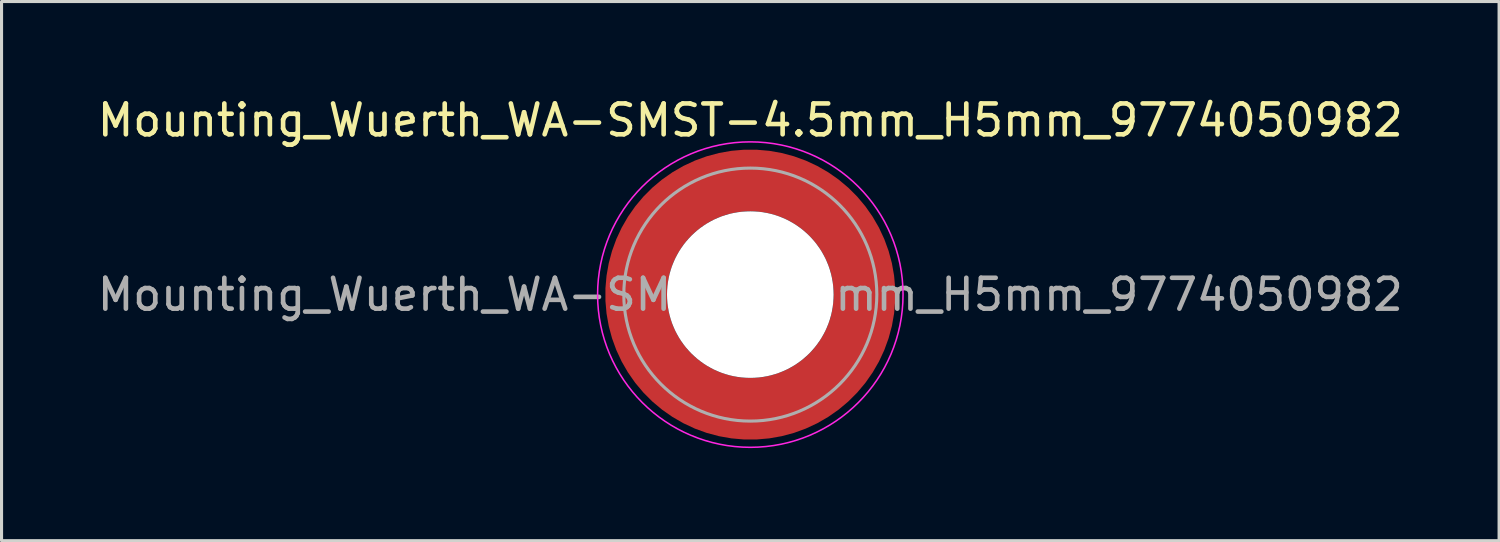
<source format=kicad_pcb>
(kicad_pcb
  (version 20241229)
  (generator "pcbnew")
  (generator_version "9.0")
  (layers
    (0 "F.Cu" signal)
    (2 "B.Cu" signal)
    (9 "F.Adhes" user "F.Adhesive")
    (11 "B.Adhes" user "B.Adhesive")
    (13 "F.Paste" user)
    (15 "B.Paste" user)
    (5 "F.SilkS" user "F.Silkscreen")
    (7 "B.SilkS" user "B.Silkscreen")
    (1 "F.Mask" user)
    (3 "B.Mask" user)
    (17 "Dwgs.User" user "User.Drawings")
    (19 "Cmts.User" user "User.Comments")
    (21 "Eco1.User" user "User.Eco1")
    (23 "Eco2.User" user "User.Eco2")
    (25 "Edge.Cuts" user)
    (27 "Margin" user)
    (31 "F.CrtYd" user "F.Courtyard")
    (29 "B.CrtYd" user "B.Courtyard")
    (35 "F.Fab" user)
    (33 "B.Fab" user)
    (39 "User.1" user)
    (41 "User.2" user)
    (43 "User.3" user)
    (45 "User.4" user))
  (footprint "Mounting_Wuerth_WA-SMST-4.5mm_H5mm_9774050982"
    (layer "F.Cu")
    (at 21.268 6.498)
    (property "Reference" "Mounting_Wuerth_WA-SMST-4.5mm_H5mm_9774050982" (at 0 -5.65 0) (layer "F.SilkS") (effects (font (size 1 1) (thickness 0.15))))
    (attr smd allow_soldermask_bridges)
    (fp_circle (center 0 0) (end 4.95 0) (stroke (width 0.05) (type solid)) (fill no) (layer "F.CrtYd"))
    (fp_circle (center 0 0) (end 4.1 0) (stroke (width 0.1) (type solid)) (fill no) (layer "F.Fab"))
    (fp_text user "${REFERENCE}" (at 0 0 0) (layer "F.Fab") (effects (font (size 1 1) (thickness 0.15))))
    (pad "" smd custom (at -2.607 -2.607) (size 0.948 0.948) (layers "F.Paste") (options (anchor circle)) (primitives (gr_arc (start -0.188183 2.107456) (mid 0.599273 0.599273) (end 2.107456 -0.188183) (width 0.2)) (gr_arc (start -0.289416 2.107456) (mid 0.52877 0.52877) (end 2.107456 -0.289416) (width 0.2)) (gr_arc (start -0.390547 2.107456) (mid 0.458268 0.458268) (end 2.107456 -0.390547) (width 0.2)) (gr_arc (start -0.491585 2.107456) (mid 0.387765 0.387765) (end 2.107456 -0.491585) (width 0.2)) (gr_arc (start -0.59254 2.107456) (mid 0.317262 0.317262) (end 2.107456 -0.59254) (width 0.2)) (gr_arc (start -0.693419 2.107456) (mid 0.246759 0.246759) (end 2.107456 -0.693419) (width 0.2)) (gr_arc (start -0.794229 2.107456) (mid 0.176257 0.176257) (end 2.107456 -0.794229) (width 0.2)) (gr_arc (start -0.894975 2.107456) (mid 0.105754 0.105754) (end 2.107456 -0.894975) (width 0.2)) (gr_arc (start -0.995664 2.107456) (mid 0.035251 0.035251) (end 2.107456 -0.995664) (width 0.2)) (gr_arc (start -1.0963 2.107456) (mid -0.035251 -0.035251) (end 2.107456 -1.0963) (width 0.2)) (gr_arc (start -1.196886 2.107456) (mid -0.105754 -0.105754) (end 2.107456 -1.196886) (width 0.2)) (gr_arc (start -1.297427 2.107456) (mid -0.176257 -0.176257) (end 2.107456 -1.297427) (width 0.2)) (gr_arc (start -1.397927 2.107456) (mid -0.246759 -0.246759) (end 2.107456 -1.397927) (width 0.2)) (gr_arc (start -1.498388 2.107456) (mid -0.317262 -0.317262) (end 2.107456 -1.498388) (width 0.2)) (gr_arc (start -1.598813 2.107456) (mid -0.387765 -0.387765) (end 2.107456 -1.598813) (width 0.2)) (gr_arc (start -1.699204 2.107456) (mid -0.458268 -0.458268) (end 2.107456 -1.699204) (width 0.2)) (gr_arc (start -1.799565 2.107456) (mid -0.52877 -0.52877) (end 2.107456 -1.799565) (width 0.2)) (gr_arc (start -1.899896 2.107456) (mid -0.599273 -0.599273) (end 2.107456 -1.899896) (width 0.2)) (gr_arc (start -1.899896 2.107456) (mid -0.599273 -0.599273) (end 2.107456 -1.899896) (width 0.2)) (gr_line (start 2.107 -0.188) (end 2.107 -1.9) (width 0.2)) (gr_line (start -0.188 2.107) (end -1.9 2.107) (width 0.2))))
    (pad "" smd custom (at -2.607 2.607) (size 0.948 0.948) (layers "F.Paste") (options (anchor circle)) (primitives (gr_arc (start 2.107456 0.188183) (mid 0.599273 -0.599273) (end -0.188183 -2.107456) (width 0.2)) (gr_arc (start 2.107456 0.289416) (mid 0.52877 -0.52877) (end -0.289416 -2.107456) (width 0.2)) (gr_arc (start 2.107456 0.390547) (mid 0.458268 -0.458268) (end -0.390547 -2.107456) (width 0.2)) (gr_arc (start 2.107456 0.491585) (mid 0.387765 -0.387765) (end -0.491585 -2.107456) (width 0.2)) (gr_arc (start 2.107456 0.59254) (mid 0.317262 -0.317262) (end -0.59254 -2.107456) (width 0.2)) (gr_arc (start 2.107456 0.693419) (mid 0.246759 -0.246759) (end -0.693419 -2.107456) (width 0.2)) (gr_arc (start 2.107456 0.794229) (mid 0.176257 -0.176257) (end -0.794229 -2.107456) (width 0.2)) (gr_arc (start 2.107456 0.894975) (mid 0.105754 -0.105754) (end -0.894975 -2.107456) (width 0.2)) (gr_arc (start 2.107456 0.995664) (mid 0.035251 -0.035251) (end -0.995664 -2.107456) (width 0.2)) (gr_arc (start 2.107456 1.0963) (mid -0.035251 0.035251) (end -1.0963 -2.107456) (width 0.2)) (gr_arc (start 2.107456 1.196886) (mid -0.105754 0.105754) (end -1.196886 -2.107456) (width 0.2)) (gr_arc (start 2.107456 1.297427) (mid -0.176257 0.176257) (end -1.297427 -2.107456) (width 0.2)) (gr_arc (start 2.107456 1.397927) (mid -0.246759 0.246759) (end -1.397927 -2.107456) (width 0.2)) (gr_arc (start 2.107456 1.498388) (mid -0.317262 0.317262) (end -1.498388 -2.107456) (width 0.2)) (gr_arc (start 2.107456 1.598813) (mid -0.387765 0.387765) (end -1.598813 -2.107456) (width 0.2)) (gr_arc (start 2.107456 1.699204) (mid -0.458268 0.458268) (end -1.699204 -2.107456) (width 0.2)) (gr_arc (start 2.107456 1.799565) (mid -0.52877 0.52877) (end -1.799565 -2.107456) (width 0.2)) (gr_arc (start 2.107456 1.899896) (mid -0.599273 0.599273) (end -1.899896 -2.107456) (width 0.2)) (gr_arc (start 2.107456 1.899896) (mid -0.599273 0.599273) (end -1.899896 -2.107456) (width 0.2)) (gr_line (start -0.188 -2.107) (end -1.9 -2.107) (width 0.2)) (gr_line (start 2.107 0.188) (end 2.107 1.9) (width 0.2))))
    (pad "" np_thru_hole circle (at 0 0) (size 5.4 5.4) (drill 5.4) (layers "*.Cu" "*.Mask"))
    (pad "" smd custom (at 2.607 -2.607) (size 0.948 0.948) (layers "F.Paste") (options (anchor circle)) (primitives (gr_arc (start -2.107456 -0.188183) (mid -0.599273 0.599273) (end 0.188183 2.107456) (width 0.2)) (gr_arc (start -2.107456 -0.289416) (mid -0.52877 0.52877) (end 0.289416 2.107456) (width 0.2)) (gr_arc (start -2.107456 -0.390547) (mid -0.458268 0.458268) (end 0.390547 2.107456) (width 0.2)) (gr_arc (start -2.107456 -0.491585) (mid -0.387765 0.387765) (end 0.491585 2.107456) (width 0.2)) (gr_arc (start -2.107456 -0.59254) (mid -0.317262 0.317262) (end 0.59254 2.107456) (width 0.2)) (gr_arc (start -2.107456 -0.693419) (mid -0.246759 0.246759) (end 0.693419 2.107456) (width 0.2)) (gr_arc (start -2.107456 -0.794229) (mid -0.176257 0.176257) (end 0.794229 2.107456) (width 0.2)) (gr_arc (start -2.107456 -0.894975) (mid -0.105754 0.105754) (end 0.894975 2.107456) (width 0.2)) (gr_arc (start -2.107456 -0.995664) (mid -0.035251 0.035251) (end 0.995664 2.107456) (width 0.2)) (gr_arc (start -2.107456 -1.0963) (mid 0.035251 -0.035251) (end 1.0963 2.107456) (width 0.2)) (gr_arc (start -2.107456 -1.196886) (mid 0.105754 -0.105754) (end 1.196886 2.107456) (width 0.2)) (gr_arc (start -2.107456 -1.297427) (mid 0.176257 -0.176257) (end 1.297427 2.107456) (width 0.2)) (gr_arc (start -2.107456 -1.397927) (mid 0.246759 -0.246759) (end 1.397927 2.107456) (width 0.2)) (gr_arc (start -2.107456 -1.498388) (mid 0.317262 -0.317262) (end 1.498388 2.107456) (width 0.2)) (gr_arc (start -2.107456 -1.598813) (mid 0.387765 -0.387765) (end 1.598813 2.107456) (width 0.2)) (gr_arc (start -2.107456 -1.699204) (mid 0.458268 -0.458268) (end 1.699204 2.107456) (width 0.2)) (gr_arc (start -2.107456 -1.799565) (mid 0.52877 -0.52877) (end 1.799565 2.107456) (width 0.2)) (gr_arc (start -2.107456 -1.899896) (mid 0.599273 -0.599273) (end 1.899896 2.107456) (width 0.2)) (gr_arc (start -2.107456 -1.899896) (mid 0.599273 -0.599273) (end 1.899896 2.107456) (width 0.2)) (gr_line (start 0.188 2.107) (end 1.9 2.107) (width 0.2)) (gr_line (start -2.107 -0.188) (end -2.107 -1.9) (width 0.2))))
    (pad "" smd custom (at 2.607 2.607) (size 0.948 0.948) (layers "F.Paste") (options (anchor circle)) (primitives (gr_arc (start 0.188183 -2.107456) (mid -0.599273 -0.599273) (end -2.107456 0.188183) (width 0.2)) (gr_arc (start 0.289416 -2.107456) (mid -0.52877 -0.52877) (end -2.107456 0.289416) (width 0.2)) (gr_arc (start 0.390547 -2.107456) (mid -0.458268 -0.458268) (end -2.107456 0.390547) (width 0.2)) (gr_arc (start 0.491585 -2.107456) (mid -0.387765 -0.387765) (end -2.107456 0.491585) (width 0.2)) (gr_arc (start 0.59254 -2.107456) (mid -0.317262 -0.317262) (end -2.107456 0.59254) (width 0.2)) (gr_arc (start 0.693419 -2.107456) (mid -0.246759 -0.246759) (end -2.107456 0.693419) (width 0.2)) (gr_arc (start 0.794229 -2.107456) (mid -0.176257 -0.176257) (end -2.107456 0.794229) (width 0.2)) (gr_arc (start 0.894975 -2.107456) (mid -0.105754 -0.105754) (end -2.107456 0.894975) (width 0.2)) (gr_arc (start 0.995664 -2.107456) (mid -0.035251 -0.035251) (end -2.107456 0.995664) (width 0.2)) (gr_arc (start 1.0963 -2.107456) (mid 0.035251 0.035251) (end -2.107456 1.0963) (width 0.2)) (gr_arc (start 1.196886 -2.107456) (mid 0.105754 0.105754) (end -2.107456 1.196886) (width 0.2)) (gr_arc (start 1.297427 -2.107456) (mid 0.176257 0.176257) (end -2.107456 1.297427) (width 0.2)) (gr_arc (start 1.397927 -2.107456) (mid 0.246759 0.246759) (end -2.107456 1.397927) (width 0.2)) (gr_arc (start 1.498388 -2.107456) (mid 0.317262 0.317262) (end -2.107456 1.498388) (width 0.2)) (gr_arc (start 1.598813 -2.107456) (mid 0.387765 0.387765) (end -2.107456 1.598813) (width 0.2)) (gr_arc (start 1.699204 -2.107456) (mid 0.458268 0.458268) (end -2.107456 1.699204) (width 0.2)) (gr_arc (start 1.799565 -2.107456) (mid 0.52877 0.52877) (end -2.107456 1.799565) (width 0.2)) (gr_arc (start 1.899896 -2.107456) (mid 0.599273 0.599273) (end -2.107456 1.899896) (width 0.2)) (gr_arc (start 1.899896 -2.107456) (mid 0.599273 0.599273) (end -2.107456 1.899896) (width 0.2)) (gr_line (start -2.107 0.188) (end -2.107 1.9) (width 0.2)) (gr_line (start 0.188 -2.107) (end 1.9 -2.107) (width 0.2))))
    (pad "1" smd circle (at -3.7 0) (size 1.492 1.492) (layers "F.Cu"))
    (pad "1" smd circle (at 0 -3.7) (size 1.492 1.492) (layers "F.Cu"))
    (pad "1" smd circle (at 0 3.7) (size 1.492 1.492) (layers "F.Cu"))
    (pad "1" smd custom (at 3.7 0) (size 2 2) (layers "F.Cu" "F.Mask") (options (anchor circle)) (primitives (gr_circle (center -3.7 0) (end 0 0) (width 2) (fill no)))))
  (gr_rect
    (start -3 -3)
    (end 45.536 14.473)
    (stroke (width 0.1) (type default))
    (fill no)
    (layer "Edge.Cuts")))
</source>
